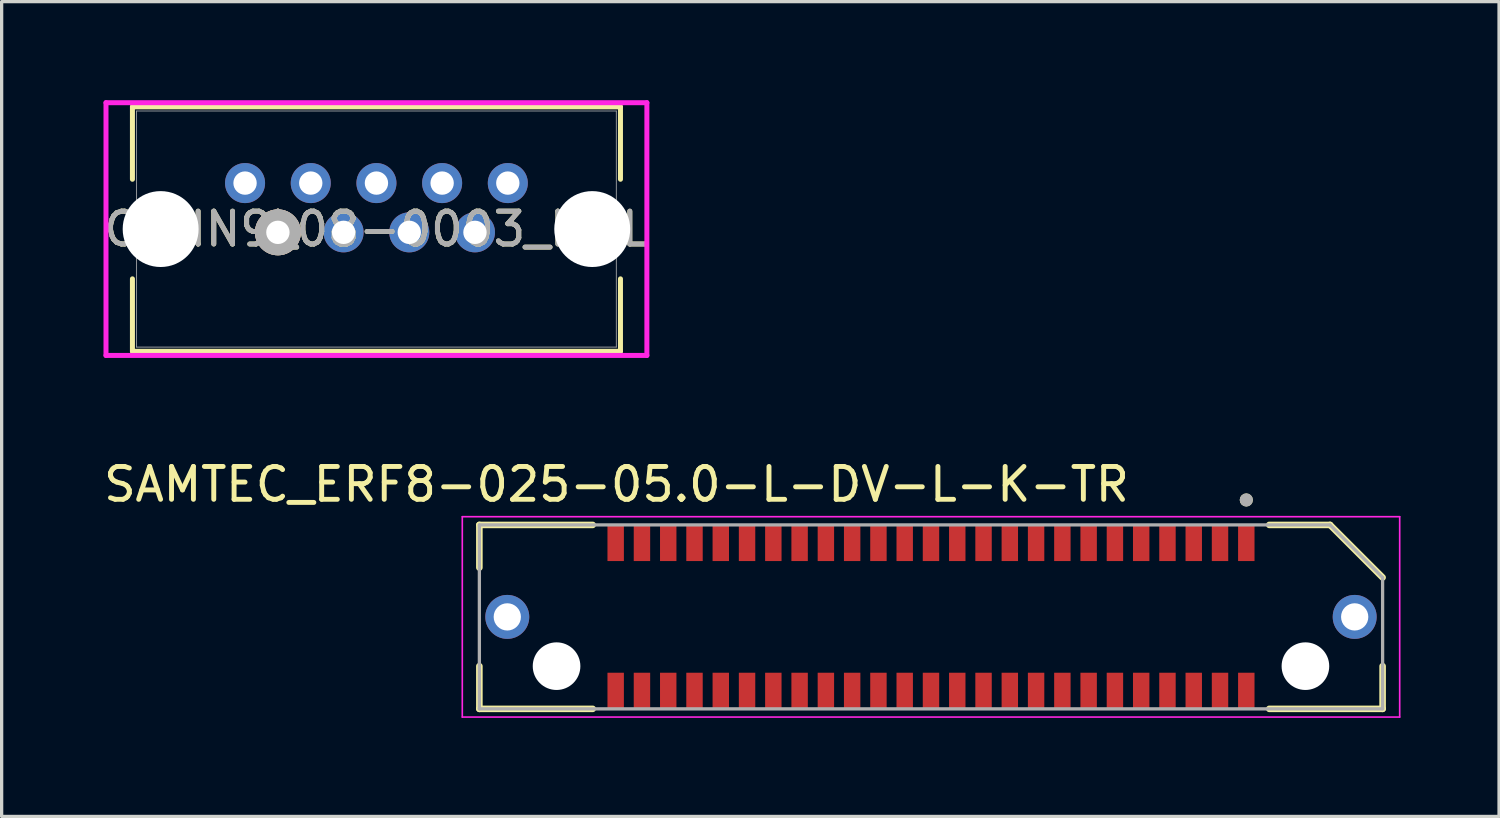
<source format=kicad_pcb>
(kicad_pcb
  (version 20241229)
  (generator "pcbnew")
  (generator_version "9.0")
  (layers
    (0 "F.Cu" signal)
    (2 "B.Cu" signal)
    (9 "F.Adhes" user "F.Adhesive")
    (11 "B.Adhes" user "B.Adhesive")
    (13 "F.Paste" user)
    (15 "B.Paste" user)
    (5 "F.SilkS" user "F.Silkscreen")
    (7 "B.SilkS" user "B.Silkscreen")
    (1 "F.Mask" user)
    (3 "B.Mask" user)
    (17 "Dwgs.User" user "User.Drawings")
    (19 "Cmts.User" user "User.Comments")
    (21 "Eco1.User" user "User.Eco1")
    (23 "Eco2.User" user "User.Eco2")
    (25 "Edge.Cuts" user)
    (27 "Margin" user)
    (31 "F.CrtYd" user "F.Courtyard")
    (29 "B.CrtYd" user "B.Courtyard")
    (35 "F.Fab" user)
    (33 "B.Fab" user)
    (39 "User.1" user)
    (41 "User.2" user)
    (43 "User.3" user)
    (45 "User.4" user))
  (footprint "SAMTEC_ERF8-025-05.0-L-DV-L-K-TR"
    (layer "F.Cu")
    (at 25.295 15.732)
    (property "Reference" "SAMTEC_ERF8-025-05.0-L-DV-L-K-TR" (at -9.575 -4.035 0) (layer "F.SilkS") (effects (font (size 1 1) (thickness 0.15))))
    (attr smd)
    (fp_line (start -13.75 -2.8) (end -13.75 -1.5) (stroke (width 0.2) (type solid)) (layer "F.SilkS"))
    (fp_line (start -13.75 -2.8) (end -10.3 -2.8) (stroke (width 0.2) (type solid)) (layer "F.SilkS"))
    (fp_line (start -13.75 2.8) (end -13.75 1.5) (stroke (width 0.2) (type solid)) (layer "F.SilkS"))
    (fp_line (start -13.75 2.8) (end -10.3 2.8) (stroke (width 0.2) (type solid)) (layer "F.SilkS"))
    (fp_line (start 12.15 -2.8) (end 10.3 -2.8) (stroke (width 0.2) (type solid)) (layer "F.SilkS"))
    (fp_line (start 13.75 -1.2) (end 12.15 -2.8) (stroke (width 0.2) (type solid)) (layer "F.SilkS"))
    (fp_line (start 13.75 2.8) (end 10.3 2.8) (stroke (width 0.2) (type solid)) (layer "F.SilkS"))
    (fp_line (start 13.75 2.8) (end 13.75 1.5) (stroke (width 0.2) (type solid)) (layer "F.SilkS"))
    (fp_circle (center 9.6 -3.56) (end 9.7 -3.56) (stroke (width 0.2) (type solid)) (fill no) (layer "F.SilkS"))
    (fp_circle (center -12.9 0) (end -12.34 0) (stroke (width 1.12) (type solid)) (fill no) (layer "F.Paste"))
    (fp_circle (center 12.9 0) (end 13.46 0) (stroke (width 1.12) (type solid)) (fill no) (layer "F.Paste"))
    (fp_line (start -14.27 -3.05) (end 14.27 -3.05) (stroke (width 0.05) (type solid)) (layer "F.CrtYd"))
    (fp_line (start -14.27 3.05) (end -14.27 -3.05) (stroke (width 0.05) (type solid)) (layer "F.CrtYd"))
    (fp_line (start 14.27 -3.05) (end 14.27 3.05) (stroke (width 0.05) (type solid)) (layer "F.CrtYd"))
    (fp_line (start 14.27 3.05) (end -14.27 3.05) (stroke (width 0.05) (type solid)) (layer "F.CrtYd"))
    (fp_line (start -13.75 -2.8) (end 12.15 -2.8) (stroke (width 0.1) (type solid)) (layer "F.Fab"))
    (fp_line (start -13.75 2.8) (end -13.75 -2.8) (stroke (width 0.1) (type solid)) (layer "F.Fab"))
    (fp_line (start 13.75 -1.2) (end 12.15 -2.8) (stroke (width 0.1) (type solid)) (layer "F.Fab"))
    (fp_line (start 13.75 -1.2) (end 13.75 2.8) (stroke (width 0.1) (type solid)) (layer "F.Fab"))
    (fp_line (start 13.75 2.8) (end -13.75 2.8) (stroke (width 0.1) (type solid)) (layer "F.Fab"))
    (fp_circle (center 9.6 -3.56) (end 9.7 -3.56) (stroke (width 0.2) (type solid)) (fill no) (layer "F.Fab"))
    (pad "" np_thru_hole circle (at -11.4 1.5) (size 1.45 1.45) (drill 1.45) (layers "*.Cu" "*.Mask"))
    (pad "" np_thru_hole circle (at 11.4 1.5) (size 1.45 1.45) (drill 1.45) (layers "*.Cu" "*.Mask"))
    (pad "01" smd rect (at 9.6 -2.25) (size 0.5 1.1) (layers "F.Cu" "F.Mask" "F.Paste"))
    (pad "02" smd rect (at 9.6 2.25) (size 0.5 1.1) (layers "F.Cu" "F.Mask" "F.Paste"))
    (pad "03" smd rect (at 8.8 -2.25) (size 0.5 1.1) (layers "F.Cu" "F.Mask" "F.Paste"))
    (pad "04" smd rect (at 8.8 2.25) (size 0.5 1.1) (layers "F.Cu" "F.Mask" "F.Paste"))
    (pad "05" smd rect (at 8 -2.25) (size 0.5 1.1) (layers "F.Cu" "F.Mask" "F.Paste"))
    (pad "06" smd rect (at 8 2.25) (size 0.5 1.1) (layers "F.Cu" "F.Mask" "F.Paste"))
    (pad "07" smd rect (at 7.2 -2.25) (size 0.5 1.1) (layers "F.Cu" "F.Mask" "F.Paste"))
    (pad "08" smd rect (at 7.2 2.25) (size 0.5 1.1) (layers "F.Cu" "F.Mask" "F.Paste"))
    (pad "09" smd rect (at 6.4 -2.25) (size 0.5 1.1) (layers "F.Cu" "F.Mask" "F.Paste"))
    (pad "10" smd rect (at 6.4 2.25) (size 0.5 1.1) (layers "F.Cu" "F.Mask" "F.Paste"))
    (pad "11" smd rect (at 5.6 -2.25) (size 0.5 1.1) (layers "F.Cu" "F.Mask" "F.Paste"))
    (pad "12" smd rect (at 5.6 2.25) (size 0.5 1.1) (layers "F.Cu" "F.Mask" "F.Paste"))
    (pad "13" smd rect (at 4.8 -2.25) (size 0.5 1.1) (layers "F.Cu" "F.Mask" "F.Paste"))
    (pad "14" smd rect (at 4.8 2.25) (size 0.5 1.1) (layers "F.Cu" "F.Mask" "F.Paste"))
    (pad "15" smd rect (at 4 -2.25) (size 0.5 1.1) (layers "F.Cu" "F.Mask" "F.Paste"))
    (pad "16" smd rect (at 4 2.25) (size 0.5 1.1) (layers "F.Cu" "F.Mask" "F.Paste"))
    (pad "17" smd rect (at 3.2 -2.25) (size 0.5 1.1) (layers "F.Cu" "F.Mask" "F.Paste"))
    (pad "18" smd rect (at 3.2 2.25) (size 0.5 1.1) (layers "F.Cu" "F.Mask" "F.Paste"))
    (pad "19" smd rect (at 2.4 -2.25) (size 0.5 1.1) (layers "F.Cu" "F.Mask" "F.Paste"))
    (pad "20" smd rect (at 2.4 2.25) (size 0.5 1.1) (layers "F.Cu" "F.Mask" "F.Paste"))
    (pad "21" smd rect (at 1.6 -2.25) (size 0.5 1.1) (layers "F.Cu" "F.Mask" "F.Paste"))
    (pad "22" smd rect (at 1.6 2.25) (size 0.5 1.1) (layers "F.Cu" "F.Mask" "F.Paste"))
    (pad "23" smd rect (at 0.8 -2.25) (size 0.5 1.1) (layers "F.Cu" "F.Mask" "F.Paste"))
    (pad "24" smd rect (at 0.8 2.25) (size 0.5 1.1) (layers "F.Cu" "F.Mask" "F.Paste"))
    (pad "25" smd rect (at 0 -2.25) (size 0.5 1.1) (layers "F.Cu" "F.Mask" "F.Paste"))
    (pad "26" smd rect (at 0 2.25) (size 0.5 1.1) (layers "F.Cu" "F.Mask" "F.Paste"))
    (pad "27" smd rect (at -0.8 -2.25) (size 0.5 1.1) (layers "F.Cu" "F.Mask" "F.Paste"))
    (pad "28" smd rect (at -0.8 2.25) (size 0.5 1.1) (layers "F.Cu" "F.Mask" "F.Paste"))
    (pad "29" smd rect (at -1.6 -2.25) (size 0.5 1.1) (layers "F.Cu" "F.Mask" "F.Paste"))
    (pad "30" smd rect (at -1.6 2.25) (size 0.5 1.1) (layers "F.Cu" "F.Mask" "F.Paste"))
    (pad "31" smd rect (at -2.4 -2.25) (size 0.5 1.1) (layers "F.Cu" "F.Mask" "F.Paste"))
    (pad "32" smd rect (at -2.4 2.25) (size 0.5 1.1) (layers "F.Cu" "F.Mask" "F.Paste"))
    (pad "33" smd rect (at -3.2 -2.25) (size 0.5 1.1) (layers "F.Cu" "F.Mask" "F.Paste"))
    (pad "34" smd rect (at -3.2 2.25) (size 0.5 1.1) (layers "F.Cu" "F.Mask" "F.Paste"))
    (pad "35" smd rect (at -4 -2.25) (size 0.5 1.1) (layers "F.Cu" "F.Mask" "F.Paste"))
    (pad "36" smd rect (at -4 2.25) (size 0.5 1.1) (layers "F.Cu" "F.Mask" "F.Paste"))
    (pad "37" smd rect (at -4.8 -2.25) (size 0.5 1.1) (layers "F.Cu" "F.Mask" "F.Paste"))
    (pad "38" smd rect (at -4.8 2.25) (size 0.5 1.1) (layers "F.Cu" "F.Mask" "F.Paste"))
    (pad "39" smd rect (at -5.6 -2.25) (size 0.5 1.1) (layers "F.Cu" "F.Mask" "F.Paste"))
    (pad "40" smd rect (at -5.6 2.25) (size 0.5 1.1) (layers "F.Cu" "F.Mask" "F.Paste"))
    (pad "41" smd rect (at -6.4 -2.25) (size 0.5 1.1) (layers "F.Cu" "F.Mask" "F.Paste"))
    (pad "42" smd rect (at -6.4 2.25) (size 0.5 1.1) (layers "F.Cu" "F.Mask" "F.Paste"))
    (pad "43" smd rect (at -7.2 -2.25) (size 0.5 1.1) (layers "F.Cu" "F.Mask" "F.Paste"))
    (pad "44" smd rect (at -7.2 2.25) (size 0.5 1.1) (layers "F.Cu" "F.Mask" "F.Paste"))
    (pad "45" smd rect (at -8 -2.25) (size 0.5 1.1) (layers "F.Cu" "F.Mask" "F.Paste"))
    (pad "46" smd rect (at -8 2.25) (size 0.5 1.1) (layers "F.Cu" "F.Mask" "F.Paste"))
    (pad "47" smd rect (at -8.8 -2.25) (size 0.5 1.1) (layers "F.Cu" "F.Mask" "F.Paste"))
    (pad "48" smd rect (at -8.8 2.25) (size 0.5 1.1) (layers "F.Cu" "F.Mask" "F.Paste"))
    (pad "49" smd rect (at -9.6 -2.25) (size 0.5 1.1) (layers "F.Cu" "F.Mask" "F.Paste"))
    (pad "50" smd rect (at -9.6 2.25) (size 0.5 1.1) (layers "F.Cu" "F.Mask" "F.Paste"))
    (pad "S1" thru_hole circle (at -12.9 0) (size 1.338 1.338) (drill 0.83) (layers "*.Cu" "*.Mask"))
    (pad "S2" thru_hole circle (at 12.9 0) (size 1.338 1.338) (drill 0.83) (layers "*.Cu" "*.Mask")))
  (footprint "CONN9_08-0003_MOL"
    (layer "F.Cu")
    (at 5.411 4.024)
    (property "Reference" "CONN9_08-0003_MOL" (at 3 -0.1 0) (unlocked yes) (layer "F.SilkS") (effects (font (size 1 1) (thickness 0.15))))
    (attr through_hole)
    (fp_line (start -4.429 -3.821) (end -4.429 -1.616) (stroke (width 0.152) (type solid)) (layer "F.SilkS"))
    (fp_line (start -4.429 1.416) (end -4.429 3.621) (stroke (width 0.152) (type solid)) (layer "F.SilkS"))
    (fp_line (start -4.429 3.621) (end 10.43 3.621) (stroke (width 0.152) (type solid)) (layer "F.SilkS"))
    (fp_line (start 10.43 -3.821) (end -4.429 -3.821) (stroke (width 0.152) (type solid)) (layer "F.SilkS"))
    (fp_line (start 10.43 -1.616) (end 10.43 -3.821) (stroke (width 0.152) (type solid)) (layer "F.SilkS"))
    (fp_line (start 10.43 3.621) (end 10.43 1.416) (stroke (width 0.152) (type solid)) (layer "F.SilkS"))
    (fp_circle (center 0 0) (end 0.508 0) (stroke (width 0.381) (type solid)) (fill no) (layer "F.SilkS"))
    (fp_circle (center 0 0) (end 0.508 0) (stroke (width 0.381) (type solid)) (fill no) (layer "B.SilkS"))
    (fp_line (start -5.234 -3.948) (end -5.234 3.748) (stroke (width 0.152) (type solid)) (layer "F.CrtYd"))
    (fp_line (start -5.234 3.748) (end 11.234 3.748) (stroke (width 0.152) (type solid)) (layer "F.CrtYd"))
    (fp_line (start 11.234 -3.948) (end -5.234 -3.948) (stroke (width 0.152) (type solid)) (layer "F.CrtYd"))
    (fp_line (start 11.234 3.748) (end 11.234 -3.948) (stroke (width 0.152) (type solid)) (layer "F.CrtYd"))
    (fp_line (start -4.302 -3.694) (end -4.302 3.494) (stroke (width 0.025) (type solid)) (layer "F.Fab"))
    (fp_line (start -4.302 3.494) (end 10.303 3.494) (stroke (width 0.025) (type solid)) (layer "F.Fab"))
    (fp_line (start 10.303 -3.694) (end -4.302 -3.694) (stroke (width 0.025) (type solid)) (layer "F.Fab"))
    (fp_line (start 10.303 3.494) (end 10.303 -3.694) (stroke (width 0.025) (type solid)) (layer "F.Fab"))
    (fp_circle (center 0 0) (end 0.508 0) (stroke (width 0.381) (type solid)) (fill no) (layer "F.Fab"))
    (fp_text user "*" (at 0 -0.1 0) (layer "F.SilkS") (effects (font (size 1 1) (thickness 0.15))))
    (fp_text user "*" (at 0 -0.1 0) (unlocked yes) (layer "F.SilkS") (effects (font (size 1 1) (thickness 0.15))))
    (fp_text user "*" (at 0 -0.1 0) (unlocked yes) (layer "B.SilkS") (effects (font (size 1 1) (thickness 0.15))))
    (fp_text user "${REFERENCE}" (at 3 -0.1 0) (unlocked yes) (layer "F.Fab") (effects (font (size 1 1) (thickness 0.15))))
    (fp_text user "*" (at 0 -0.1 0) (unlocked yes) (layer "F.Fab") (effects (font (size 1 1) (thickness 0.15))))
    (fp_text user "*" (at 0 -0.1 0) (layer "F.Fab") (effects (font (size 1 1) (thickness 0.15))))
    (pad "" np_thru_hole circle (at -3.57 -0.1 90) (size 2.311 2.311) (drill 2.311) (layers "*.Cu"))
    (pad "" np_thru_hole circle (at 9.57 -0.1 90) (size 2.311 2.311) (drill 2.311) (layers "*.Cu"))
    (pad "1" thru_hole circle (at 0 0) (size 1.219 1.219) (drill 0.711) (layers "*.Cu" "*.Mask"))
    (pad "2" thru_hole circle (at 2 0) (size 1.219 1.219) (drill 0.711) (layers "*.Cu" "*.Mask"))
    (pad "3" thru_hole circle (at 4 0) (size 1.219 1.219) (drill 0.711) (layers "*.Cu" "*.Mask"))
    (pad "4" thru_hole circle (at 6 0) (size 1.219 1.219) (drill 0.711) (layers "*.Cu" "*.Mask"))
    (pad "5" thru_hole circle (at 7 -1.5) (size 1.219 1.219) (drill 0.711) (layers "*.Cu" "*.Mask"))
    (pad "6" thru_hole circle (at 5 -1.5) (size 1.219 1.219) (drill 0.711) (layers "*.Cu" "*.Mask"))
    (pad "7" thru_hole circle (at 3 -1.5) (size 1.219 1.219) (drill 0.711) (layers "*.Cu" "*.Mask"))
    (pad "8" thru_hole circle (at 1 -1.5) (size 1.219 1.219) (drill 0.711) (layers "*.Cu" "*.Mask"))
    (pad "9" thru_hole circle (at -1 -1.5) (size 1.219 1.219) (drill 0.711) (layers "*.Cu" "*.Mask")))
  (gr_rect
    (start -3 -3)
    (end 42.59 21.807)
    (stroke (width 0.1) (type default))
    (fill no)
    (layer "Edge.Cuts")))
</source>
